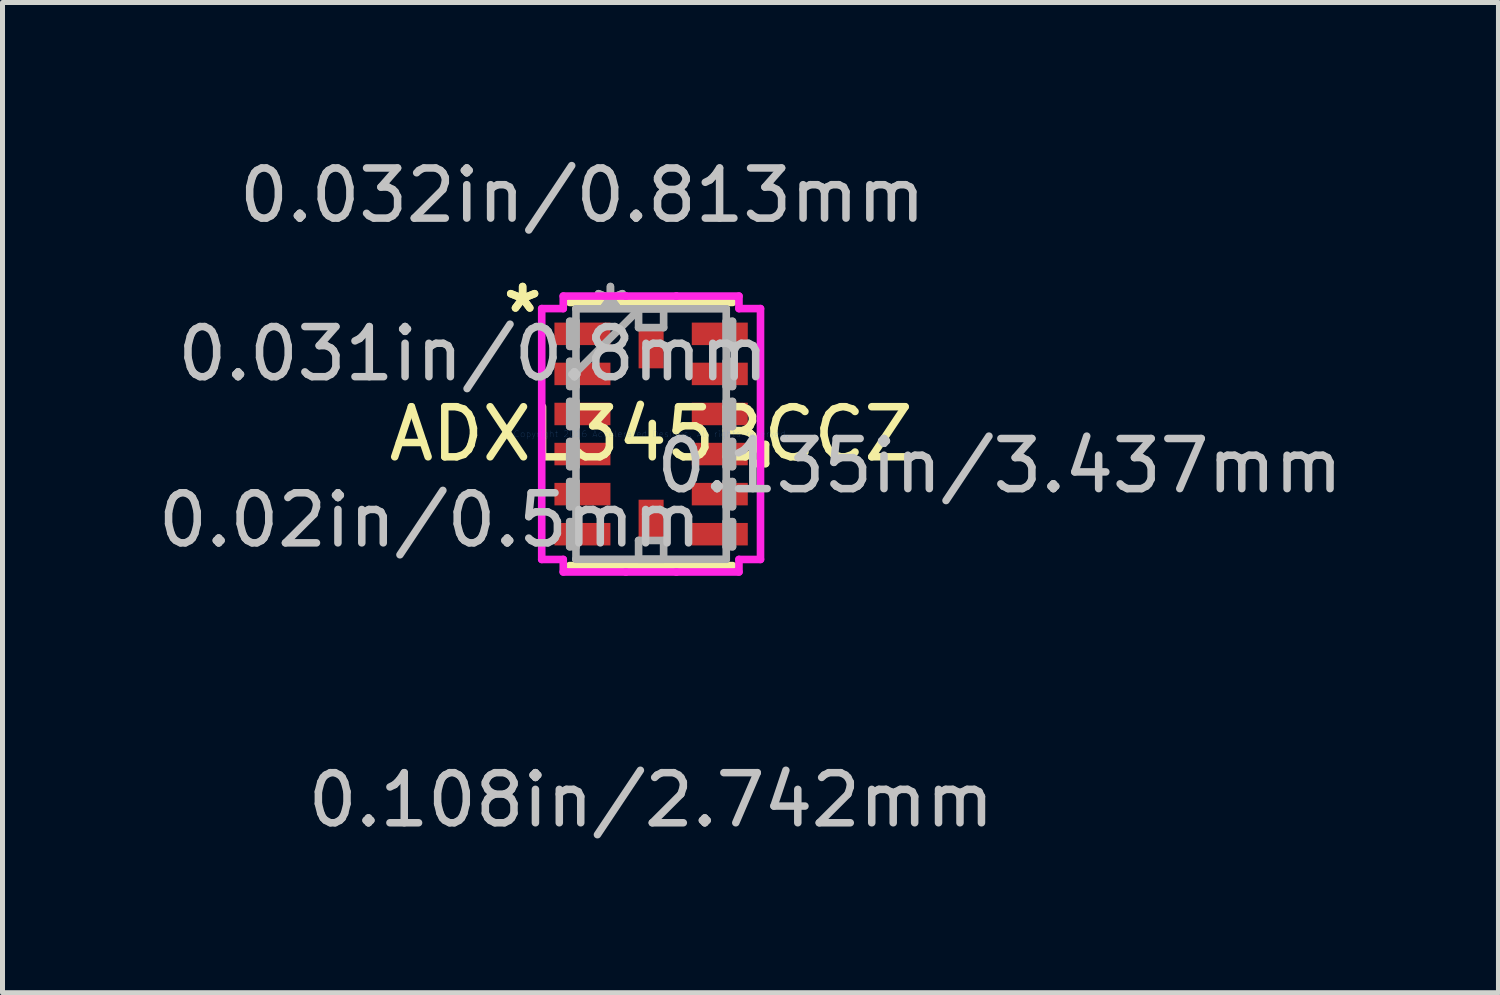
<source format=kicad_pcb>
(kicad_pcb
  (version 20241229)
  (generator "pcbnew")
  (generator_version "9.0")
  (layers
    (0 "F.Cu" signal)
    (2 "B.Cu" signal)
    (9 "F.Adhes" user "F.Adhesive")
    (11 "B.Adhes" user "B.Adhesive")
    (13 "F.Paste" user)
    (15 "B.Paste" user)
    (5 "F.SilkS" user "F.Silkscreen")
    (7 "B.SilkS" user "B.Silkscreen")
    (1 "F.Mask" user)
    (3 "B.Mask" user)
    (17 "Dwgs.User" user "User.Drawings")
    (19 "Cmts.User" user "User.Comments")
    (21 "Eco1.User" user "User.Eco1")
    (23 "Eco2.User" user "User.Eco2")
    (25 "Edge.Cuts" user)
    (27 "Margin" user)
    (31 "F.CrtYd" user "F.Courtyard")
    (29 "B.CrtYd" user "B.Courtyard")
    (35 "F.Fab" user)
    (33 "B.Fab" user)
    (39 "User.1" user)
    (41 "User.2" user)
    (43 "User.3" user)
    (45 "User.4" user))
  (footprint "ADXL345BCCZ"
    (layer "F.Cu")
    (at 9.949 5.615)
    (property "Reference" "ADXL345BCCZ" (at 0 0 0) (layer "F.SilkS") (effects (font (size 1 1) (thickness 0.15))))
    (attr through_hole)
    (fp_line (start -1.627 2.627) (end 1.627 2.627) (stroke (width 0.152) (type solid)) (layer "F.SilkS"))
    (fp_line (start 1.627 -2.627) (end -1.627 -2.627) (stroke (width 0.152) (type solid)) (layer "F.SilkS"))
    (fp_line (start 2.031 0.209) (end 2.285 0.209) (stroke (width 0.152) (type solid)) (layer "F.SilkS"))
    (fp_line (start 2.031 0.59) (end 2.031 0.209) (stroke (width 0.152) (type solid)) (layer "F.SilkS"))
    (fp_line (start 2.285 0.209) (end 2.285 0.59) (stroke (width 0.152) (type solid)) (layer "F.SilkS"))
    (fp_line (start 2.285 0.59) (end 2.031 0.59) (stroke (width 0.152) (type solid)) (layer "F.SilkS"))
    (fp_line (start -2.184 -2.504) (end -1.754 -2.504) (stroke (width 0.152) (type solid)) (layer "F.CrtYd"))
    (fp_line (start -2.184 2.504) (end -2.184 -2.504) (stroke (width 0.152) (type solid)) (layer "F.CrtYd"))
    (fp_line (start -1.754 -2.754) (end -0.504 -2.754) (stroke (width 0.152) (type solid)) (layer "F.CrtYd"))
    (fp_line (start -1.754 -2.504) (end -1.754 -2.754) (stroke (width 0.152) (type solid)) (layer "F.CrtYd"))
    (fp_line (start -1.754 2.504) (end -2.184 2.504) (stroke (width 0.152) (type solid)) (layer "F.CrtYd"))
    (fp_line (start -1.754 2.754) (end -1.754 2.504) (stroke (width 0.152) (type solid)) (layer "F.CrtYd"))
    (fp_line (start -0.504 -2.754) (end -0.504 -2.754) (stroke (width 0.152) (type solid)) (layer "F.CrtYd"))
    (fp_line (start -0.504 -2.754) (end 0.504 -2.754) (stroke (width 0.152) (type solid)) (layer "F.CrtYd"))
    (fp_line (start -0.504 2.754) (end -1.754 2.754) (stroke (width 0.152) (type solid)) (layer "F.CrtYd"))
    (fp_line (start -0.504 2.754) (end -0.504 2.754) (stroke (width 0.152) (type solid)) (layer "F.CrtYd"))
    (fp_line (start 0.504 -2.754) (end 0.504 -2.754) (stroke (width 0.152) (type solid)) (layer "F.CrtYd"))
    (fp_line (start 0.504 -2.754) (end 1.754 -2.754) (stroke (width 0.152) (type solid)) (layer "F.CrtYd"))
    (fp_line (start 0.504 2.754) (end -0.504 2.754) (stroke (width 0.152) (type solid)) (layer "F.CrtYd"))
    (fp_line (start 0.504 2.754) (end 0.504 2.754) (stroke (width 0.152) (type solid)) (layer "F.CrtYd"))
    (fp_line (start 1.754 -2.754) (end 1.754 -2.504) (stroke (width 0.152) (type solid)) (layer "F.CrtYd"))
    (fp_line (start 1.754 -2.504) (end 2.184 -2.504) (stroke (width 0.152) (type solid)) (layer "F.CrtYd"))
    (fp_line (start 1.754 2.504) (end 1.754 2.754) (stroke (width 0.152) (type solid)) (layer "F.CrtYd"))
    (fp_line (start 1.754 2.754) (end 0.504 2.754) (stroke (width 0.152) (type solid)) (layer "F.CrtYd"))
    (fp_line (start 2.184 -2.504) (end 2.184 2.504) (stroke (width 0.152) (type solid)) (layer "F.CrtYd"))
    (fp_line (start 2.184 2.504) (end 1.754 2.504) (stroke (width 0.152) (type solid)) (layer "F.CrtYd"))
    (fp_line (start -1.625 -2.25) (end -1.625 -1.75) (stroke (width 0.152) (type solid)) (layer "F.Fab"))
    (fp_line (start -1.625 -1.75) (end -1.5 -1.75) (stroke (width 0.152) (type solid)) (layer "F.Fab"))
    (fp_line (start -1.625 -1.45) (end -1.625 -0.95) (stroke (width 0.152) (type solid)) (layer "F.Fab"))
    (fp_line (start -1.625 -0.95) (end -1.5 -0.95) (stroke (width 0.152) (type solid)) (layer "F.Fab"))
    (fp_line (start -1.625 -0.65) (end -1.625 -0.15) (stroke (width 0.152) (type solid)) (layer "F.Fab"))
    (fp_line (start -1.625 -0.15) (end -1.5 -0.15) (stroke (width 0.152) (type solid)) (layer "F.Fab"))
    (fp_line (start -1.625 0.15) (end -1.625 0.65) (stroke (width 0.152) (type solid)) (layer "F.Fab"))
    (fp_line (start -1.625 0.65) (end -1.5 0.65) (stroke (width 0.152) (type solid)) (layer "F.Fab"))
    (fp_line (start -1.625 0.95) (end -1.625 1.45) (stroke (width 0.152) (type solid)) (layer "F.Fab"))
    (fp_line (start -1.625 1.45) (end -1.5 1.45) (stroke (width 0.152) (type solid)) (layer "F.Fab"))
    (fp_line (start -1.625 1.75) (end -1.625 2.25) (stroke (width 0.152) (type solid)) (layer "F.Fab"))
    (fp_line (start -1.625 2.25) (end -1.5 2.25) (stroke (width 0.152) (type solid)) (layer "F.Fab"))
    (fp_line (start -1.5 -2.5) (end -1.5 -2.5) (stroke (width 0.152) (type solid)) (layer "F.Fab"))
    (fp_line (start -1.5 -2.5) (end -1.5 2.5) (stroke (width 0.152) (type solid)) (layer "F.Fab"))
    (fp_line (start -1.5 -2.25) (end -1.625 -2.25) (stroke (width 0.152) (type solid)) (layer "F.Fab"))
    (fp_line (start -1.5 -1.75) (end -1.5 -2.25) (stroke (width 0.152) (type solid)) (layer "F.Fab"))
    (fp_line (start -1.5 -1.45) (end -1.625 -1.45) (stroke (width 0.152) (type solid)) (layer "F.Fab"))
    (fp_line (start -1.5 -1.23) (end -0.23 -2.5) (stroke (width 0.152) (type solid)) (layer "F.Fab"))
    (fp_line (start -1.5 -0.95) (end -1.5 -1.45) (stroke (width 0.152) (type solid)) (layer "F.Fab"))
    (fp_line (start -1.5 -0.65) (end -1.625 -0.65) (stroke (width 0.152) (type solid)) (layer "F.Fab"))
    (fp_line (start -1.5 -0.15) (end -1.5 -0.65) (stroke (width 0.152) (type solid)) (layer "F.Fab"))
    (fp_line (start -1.5 0.15) (end -1.625 0.15) (stroke (width 0.152) (type solid)) (layer "F.Fab"))
    (fp_line (start -1.5 0.65) (end -1.5 0.15) (stroke (width 0.152) (type solid)) (layer "F.Fab"))
    (fp_line (start -1.5 0.95) (end -1.625 0.95) (stroke (width 0.152) (type solid)) (layer "F.Fab"))
    (fp_line (start -1.5 1.45) (end -1.5 0.95) (stroke (width 0.152) (type solid)) (layer "F.Fab"))
    (fp_line (start -1.5 1.75) (end -1.625 1.75) (stroke (width 0.152) (type solid)) (layer "F.Fab"))
    (fp_line (start -1.5 2.25) (end -1.5 1.75) (stroke (width 0.152) (type solid)) (layer "F.Fab"))
    (fp_line (start -1.5 2.5) (end -1.5 2.5) (stroke (width 0.152) (type solid)) (layer "F.Fab"))
    (fp_line (start -1.5 2.5) (end 1.5 2.5) (stroke (width 0.152) (type solid)) (layer "F.Fab"))
    (fp_line (start -0.25 -2.5) (end 0.25 -2.5) (stroke (width 0.152) (type solid)) (layer "F.Fab"))
    (fp_line (start -0.25 -2.125) (end -0.25 -2.5) (stroke (width 0.152) (type solid)) (layer "F.Fab"))
    (fp_line (start -0.25 2.125) (end 0.25 2.125) (stroke (width 0.152) (type solid)) (layer "F.Fab"))
    (fp_line (start -0.25 2.5) (end -0.25 2.125) (stroke (width 0.152) (type solid)) (layer "F.Fab"))
    (fp_line (start 0.25 -2.5) (end 0.25 -2.125) (stroke (width 0.152) (type solid)) (layer "F.Fab"))
    (fp_line (start 0.25 -2.125) (end -0.25 -2.125) (stroke (width 0.152) (type solid)) (layer "F.Fab"))
    (fp_line (start 0.25 2.125) (end 0.25 2.5) (stroke (width 0.152) (type solid)) (layer "F.Fab"))
    (fp_line (start 0.25 2.5) (end -0.25 2.5) (stroke (width 0.152) (type solid)) (layer "F.Fab"))
    (fp_line (start 1.5 -2.5) (end -1.5 -2.5) (stroke (width 0.152) (type solid)) (layer "F.Fab"))
    (fp_line (start 1.5 -2.5) (end 1.5 -2.5) (stroke (width 0.152) (type solid)) (layer "F.Fab"))
    (fp_line (start 1.5 -2.25) (end 1.5 -1.75) (stroke (width 0.152) (type solid)) (layer "F.Fab"))
    (fp_line (start 1.5 -1.75) (end 1.625 -1.75) (stroke (width 0.152) (type solid)) (layer "F.Fab"))
    (fp_line (start 1.5 -1.45) (end 1.5 -0.95) (stroke (width 0.152) (type solid)) (layer "F.Fab"))
    (fp_line (start 1.5 -0.95) (end 1.625 -0.95) (stroke (width 0.152) (type solid)) (layer "F.Fab"))
    (fp_line (start 1.5 -0.65) (end 1.5 -0.15) (stroke (width 0.152) (type solid)) (layer "F.Fab"))
    (fp_line (start 1.5 -0.15) (end 1.625 -0.15) (stroke (width 0.152) (type solid)) (layer "F.Fab"))
    (fp_line (start 1.5 0.15) (end 1.5 0.65) (stroke (width 0.152) (type solid)) (layer "F.Fab"))
    (fp_line (start 1.5 0.65) (end 1.625 0.65) (stroke (width 0.152) (type solid)) (layer "F.Fab"))
    (fp_line (start 1.5 0.95) (end 1.5 1.45) (stroke (width 0.152) (type solid)) (layer "F.Fab"))
    (fp_line (start 1.5 1.45) (end 1.625 1.45) (stroke (width 0.152) (type solid)) (layer "F.Fab"))
    (fp_line (start 1.5 1.75) (end 1.5 2.25) (stroke (width 0.152) (type solid)) (layer "F.Fab"))
    (fp_line (start 1.5 2.25) (end 1.625 2.25) (stroke (width 0.152) (type solid)) (layer "F.Fab"))
    (fp_line (start 1.5 2.5) (end 1.5 -2.5) (stroke (width 0.152) (type solid)) (layer "F.Fab"))
    (fp_line (start 1.5 2.5) (end 1.5 2.5) (stroke (width 0.152) (type solid)) (layer "F.Fab"))
    (fp_line (start 1.625 -2.25) (end 1.5 -2.25) (stroke (width 0.152) (type solid)) (layer "F.Fab"))
    (fp_line (start 1.625 -1.75) (end 1.625 -2.25) (stroke (width 0.152) (type solid)) (layer "F.Fab"))
    (fp_line (start 1.625 -1.45) (end 1.5 -1.45) (stroke (width 0.152) (type solid)) (layer "F.Fab"))
    (fp_line (start 1.625 -0.95) (end 1.625 -1.45) (stroke (width 0.152) (type solid)) (layer "F.Fab"))
    (fp_line (start 1.625 -0.65) (end 1.5 -0.65) (stroke (width 0.152) (type solid)) (layer "F.Fab"))
    (fp_line (start 1.625 -0.15) (end 1.625 -0.65) (stroke (width 0.152) (type solid)) (layer "F.Fab"))
    (fp_line (start 1.625 0.15) (end 1.5 0.15) (stroke (width 0.152) (type solid)) (layer "F.Fab"))
    (fp_line (start 1.625 0.65) (end 1.625 0.15) (stroke (width 0.152) (type solid)) (layer "F.Fab"))
    (fp_line (start 1.625 0.95) (end 1.5 0.95) (stroke (width 0.152) (type solid)) (layer "F.Fab"))
    (fp_line (start 1.625 1.45) (end 1.625 0.95) (stroke (width 0.152) (type solid)) (layer "F.Fab"))
    (fp_line (start 1.625 1.75) (end 1.5 1.75) (stroke (width 0.152) (type solid)) (layer "F.Fab"))
    (fp_line (start 1.625 2.25) (end 1.625 1.75) (stroke (width 0.152) (type solid)) (layer "F.Fab"))
    (fp_text user "*" (at -2.565 -2.4 0) (layer "F.SilkS") (effects (font (size 1 1) (thickness 0.15))))
    (fp_text user "*" (at -2.565 -2.4 0) (layer "F.SilkS") (effects (font (size 1 1) (thickness 0.15))))
    (fp_text user "0.032in/0.813mm" (at -1.371 -4.766 0) (layer "Dwgs.User") (effects (font (size 1 1) (thickness 0.15))))
    (fp_text user "0.108in/2.742mm" (at 0 7.306 0) (layer "Dwgs.User") (effects (font (size 1 1) (thickness 0.15))))
    (fp_text user "0.02in/0.5mm" (at -4.419 1.718 0) (layer "Dwgs.User") (effects (font (size 1 1) (thickness 0.15))))
    (fp_text user "0.031in/0.8mm" (at -3.555 -1.6 0) (layer "Dwgs.User") (effects (font (size 1 1) (thickness 0.15))))
    (fp_text user "0.135in/3.437mm" (at 6.959 0.635 0) (layer "Dwgs.User") (effects (font (size 1 1) (thickness 0.15))))
    (fp_text user "Copyright 2016 Accelerated Designs. All rights reserved." (at 0 0 0) (layer "Cmts.User") (effects (font (size 0.127 0.127) (thickness 0.002))))
    (fp_text user "*" (at -0.812 -2.4 0) (layer "F.Fab") (effects (font (size 1 1) (thickness 0.15))))
    (fp_text user "*" (at -0.812 -2.4 0) (layer "F.Fab") (effects (font (size 1 1) (thickness 0.15))))
    (pad "1" smd rect (at -1.371 -2 90) (size 0.449 1.118) (layers "F.Cu" "F.Mask" "F.Paste"))
    (pad "2" smd rect (at -1.371 -1.2 90) (size 0.449 1.118) (layers "F.Cu" "F.Mask" "F.Paste"))
    (pad "3" smd rect (at -1.371 -0.4 90) (size 0.449 1.118) (layers "F.Cu" "F.Mask" "F.Paste"))
    (pad "4" smd rect (at -1.371 0.4 90) (size 0.449 1.118) (layers "F.Cu" "F.Mask" "F.Paste"))
    (pad "5" smd rect (at -1.371 1.2 90) (size 0.449 1.118) (layers "F.Cu" "F.Mask" "F.Paste"))
    (pad "6" smd rect (at -1.371 2 90) (size 0.449 1.118) (layers "F.Cu" "F.Mask" "F.Paste"))
    (pad "7" smd rect (at 0 1.718) (size 0.5 0.813) (layers "F.Cu" "F.Mask" "F.Paste"))
    (pad "8" smd rect (at 1.371 2 90) (size 0.449 1.118) (layers "F.Cu" "F.Mask" "F.Paste"))
    (pad "9" smd rect (at 1.371 1.2 90) (size 0.449 1.118) (layers "F.Cu" "F.Mask" "F.Paste"))
    (pad "10" smd rect (at 1.371 0.4 90) (size 0.449 1.118) (layers "F.Cu" "F.Mask" "F.Paste"))
    (pad "11" smd rect (at 1.371 -0.4 90) (size 0.449 1.118) (layers "F.Cu" "F.Mask" "F.Paste"))
    (pad "12" smd rect (at 1.371 -1.2 90) (size 0.449 1.118) (layers "F.Cu" "F.Mask" "F.Paste"))
    (pad "13" smd rect (at 1.371 -2 90) (size 0.449 1.118) (layers "F.Cu" "F.Mask" "F.Paste"))
    (pad "14" smd rect (at 0 -1.718) (size 0.5 0.813) (layers "F.Cu" "F.Mask" "F.Paste")))
  (gr_rect
    (start -3 -3)
    (end 26.866 16.769)
    (stroke (width 0.1) (type default))
    (fill no)
    (layer "Edge.Cuts")))
</source>
